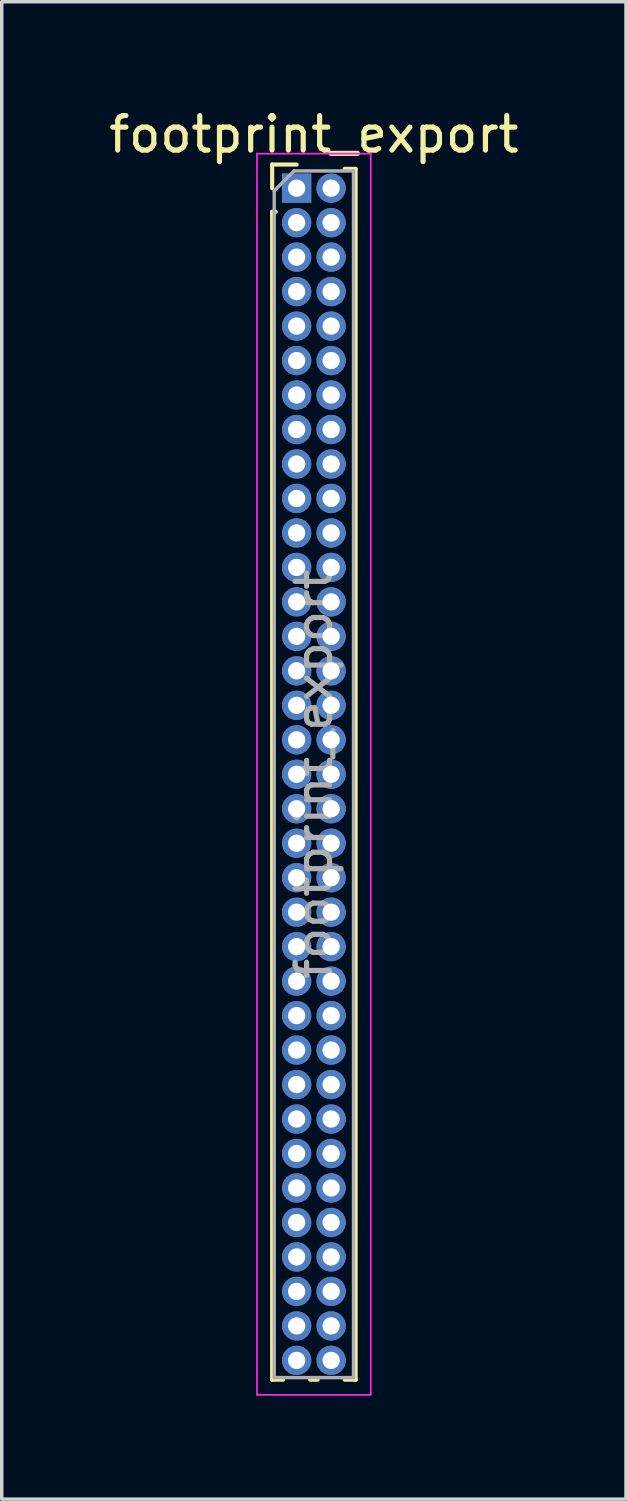
<source format=kicad_pcb>
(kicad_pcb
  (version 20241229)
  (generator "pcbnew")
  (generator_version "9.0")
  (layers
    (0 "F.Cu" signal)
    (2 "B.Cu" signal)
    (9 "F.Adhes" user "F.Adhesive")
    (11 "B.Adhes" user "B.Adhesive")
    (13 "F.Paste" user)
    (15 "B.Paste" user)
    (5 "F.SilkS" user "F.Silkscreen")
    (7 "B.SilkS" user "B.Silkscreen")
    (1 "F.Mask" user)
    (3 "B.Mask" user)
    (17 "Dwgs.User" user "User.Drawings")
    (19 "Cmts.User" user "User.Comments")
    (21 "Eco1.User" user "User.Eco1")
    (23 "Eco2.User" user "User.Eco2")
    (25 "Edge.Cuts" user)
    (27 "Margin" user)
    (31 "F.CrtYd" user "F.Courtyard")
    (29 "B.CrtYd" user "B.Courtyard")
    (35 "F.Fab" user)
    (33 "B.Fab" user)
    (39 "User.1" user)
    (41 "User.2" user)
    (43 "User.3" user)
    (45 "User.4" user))
  (footprint "footprint_export"
    (layer "F.Cu")
    (at 5.554 2.408)
    (property "Reference" "footprint_export" (at 0.5 -1.56 0) (layer "F.SilkS") (effects (font (size 1 1) (thickness 0.15))))
    (attr through_hole)
    (fp_line (start -0.71 -0.685) (end 0 -0.685) (stroke (width 0.12) (type solid)) (layer "F.SilkS"))
    (fp_line (start -0.71 0) (end -0.71 -0.685) (stroke (width 0.12) (type solid)) (layer "F.SilkS"))
    (fp_line (start -0.71 0.685) (end -0.71 34.56) (stroke (width 0.12) (type solid)) (layer "F.SilkS"))
    (fp_line (start -0.71 0.685) (end -0.608 0.685) (stroke (width 0.12) (type solid)) (layer "F.SilkS"))
    (fp_line (start -0.71 34.56) (end -0.394 34.56) (stroke (width 0.12) (type solid)) (layer "F.SilkS"))
    (fp_line (start 0.394 34.56) (end 0.606 34.56) (stroke (width 0.12) (type solid)) (layer "F.SilkS"))
    (fp_line (start 1.394 -0.56) (end 1.71 -0.56) (stroke (width 0.12) (type solid)) (layer "F.SilkS"))
    (fp_line (start 1.394 34.56) (end 1.71 34.56) (stroke (width 0.12) (type solid)) (layer "F.SilkS"))
    (fp_line (start 1.71 -0.56) (end 1.71 34.56) (stroke (width 0.12) (type solid)) (layer "F.SilkS"))
    (fp_line (start -1.15 -1) (end -1.15 35) (stroke (width 0.05) (type solid)) (layer "F.CrtYd"))
    (fp_line (start -1.15 35) (end 2.15 35) (stroke (width 0.05) (type solid)) (layer "F.CrtYd"))
    (fp_line (start 2.15 -1) (end -1.15 -1) (stroke (width 0.05) (type solid)) (layer "F.CrtYd"))
    (fp_line (start 2.15 35) (end 2.15 -1) (stroke (width 0.05) (type solid)) (layer "F.CrtYd"))
    (fp_line (start -0.65 0.075) (end -0.075 -0.5) (stroke (width 0.1) (type solid)) (layer "F.Fab"))
    (fp_line (start -0.65 34.5) (end -0.65 0.075) (stroke (width 0.1) (type solid)) (layer "F.Fab"))
    (fp_line (start -0.075 -0.5) (end 1.65 -0.5) (stroke (width 0.1) (type solid)) (layer "F.Fab"))
    (fp_line (start 1.65 -0.5) (end 1.65 34.5) (stroke (width 0.1) (type solid)) (layer "F.Fab"))
    (fp_line (start 1.65 34.5) (end -0.65 34.5) (stroke (width 0.1) (type solid)) (layer "F.Fab"))
    (fp_text user "${REFERENCE}" (at 0.5 17 90) (layer "F.Fab") (effects (font (size 1 1) (thickness 0.15))))
    (pad "1" thru_hole rect (at 0 0) (size 0.85 0.85) (drill 0.5) (layers "*.Cu" "*.Mask"))
    (pad "2" thru_hole oval (at 1 0) (size 0.85 0.85) (drill 0.5) (layers "*.Cu" "*.Mask"))
    (pad "3" thru_hole oval (at 0 1) (size 0.85 0.85) (drill 0.5) (layers "*.Cu" "*.Mask"))
    (pad "4" thru_hole oval (at 1 1) (size 0.85 0.85) (drill 0.5) (layers "*.Cu" "*.Mask"))
    (pad "5" thru_hole oval (at 0 2) (size 0.85 0.85) (drill 0.5) (layers "*.Cu" "*.Mask"))
    (pad "6" thru_hole oval (at 1 2) (size 0.85 0.85) (drill 0.5) (layers "*.Cu" "*.Mask"))
    (pad "7" thru_hole oval (at 0 3) (size 0.85 0.85) (drill 0.5) (layers "*.Cu" "*.Mask"))
    (pad "8" thru_hole oval (at 1 3) (size 0.85 0.85) (drill 0.5) (layers "*.Cu" "*.Mask"))
    (pad "9" thru_hole oval (at 0 4) (size 0.85 0.85) (drill 0.5) (layers "*.Cu" "*.Mask"))
    (pad "10" thru_hole oval (at 1 4) (size 0.85 0.85) (drill 0.5) (layers "*.Cu" "*.Mask"))
    (pad "11" thru_hole oval (at 0 5) (size 0.85 0.85) (drill 0.5) (layers "*.Cu" "*.Mask"))
    (pad "12" thru_hole oval (at 1 5) (size 0.85 0.85) (drill 0.5) (layers "*.Cu" "*.Mask"))
    (pad "13" thru_hole oval (at 0 6) (size 0.85 0.85) (drill 0.5) (layers "*.Cu" "*.Mask"))
    (pad "14" thru_hole oval (at 1 6) (size 0.85 0.85) (drill 0.5) (layers "*.Cu" "*.Mask"))
    (pad "15" thru_hole oval (at 0 7) (size 0.85 0.85) (drill 0.5) (layers "*.Cu" "*.Mask"))
    (pad "16" thru_hole oval (at 1 7) (size 0.85 0.85) (drill 0.5) (layers "*.Cu" "*.Mask"))
    (pad "17" thru_hole oval (at 0 8) (size 0.85 0.85) (drill 0.5) (layers "*.Cu" "*.Mask"))
    (pad "18" thru_hole oval (at 1 8) (size 0.85 0.85) (drill 0.5) (layers "*.Cu" "*.Mask"))
    (pad "19" thru_hole oval (at 0 9) (size 0.85 0.85) (drill 0.5) (layers "*.Cu" "*.Mask"))
    (pad "20" thru_hole oval (at 1 9) (size 0.85 0.85) (drill 0.5) (layers "*.Cu" "*.Mask"))
    (pad "21" thru_hole oval (at 0 10) (size 0.85 0.85) (drill 0.5) (layers "*.Cu" "*.Mask"))
    (pad "22" thru_hole oval (at 1 10) (size 0.85 0.85) (drill 0.5) (layers "*.Cu" "*.Mask"))
    (pad "23" thru_hole oval (at 0 11) (size 0.85 0.85) (drill 0.5) (layers "*.Cu" "*.Mask"))
    (pad "24" thru_hole oval (at 1 11) (size 0.85 0.85) (drill 0.5) (layers "*.Cu" "*.Mask"))
    (pad "25" thru_hole oval (at 0 12) (size 0.85 0.85) (drill 0.5) (layers "*.Cu" "*.Mask"))
    (pad "26" thru_hole oval (at 1 12) (size 0.85 0.85) (drill 0.5) (layers "*.Cu" "*.Mask"))
    (pad "27" thru_hole oval (at 0 13) (size 0.85 0.85) (drill 0.5) (layers "*.Cu" "*.Mask"))
    (pad "28" thru_hole oval (at 1 13) (size 0.85 0.85) (drill 0.5) (layers "*.Cu" "*.Mask"))
    (pad "29" thru_hole oval (at 0 14) (size 0.85 0.85) (drill 0.5) (layers "*.Cu" "*.Mask"))
    (pad "30" thru_hole oval (at 1 14) (size 0.85 0.85) (drill 0.5) (layers "*.Cu" "*.Mask"))
    (pad "31" thru_hole oval (at 0 15) (size 0.85 0.85) (drill 0.5) (layers "*.Cu" "*.Mask"))
    (pad "32" thru_hole oval (at 1 15) (size 0.85 0.85) (drill 0.5) (layers "*.Cu" "*.Mask"))
    (pad "33" thru_hole oval (at 0 16) (size 0.85 0.85) (drill 0.5) (layers "*.Cu" "*.Mask"))
    (pad "34" thru_hole oval (at 1 16) (size 0.85 0.85) (drill 0.5) (layers "*.Cu" "*.Mask"))
    (pad "35" thru_hole oval (at 0 17) (size 0.85 0.85) (drill 0.5) (layers "*.Cu" "*.Mask"))
    (pad "36" thru_hole oval (at 1 17) (size 0.85 0.85) (drill 0.5) (layers "*.Cu" "*.Mask"))
    (pad "37" thru_hole oval (at 0 18) (size 0.85 0.85) (drill 0.5) (layers "*.Cu" "*.Mask"))
    (pad "38" thru_hole oval (at 1 18) (size 0.85 0.85) (drill 0.5) (layers "*.Cu" "*.Mask"))
    (pad "39" thru_hole oval (at 0 19) (size 0.85 0.85) (drill 0.5) (layers "*.Cu" "*.Mask"))
    (pad "40" thru_hole oval (at 1 19) (size 0.85 0.85) (drill 0.5) (layers "*.Cu" "*.Mask"))
    (pad "41" thru_hole oval (at 0 20) (size 0.85 0.85) (drill 0.5) (layers "*.Cu" "*.Mask"))
    (pad "42" thru_hole oval (at 1 20) (size 0.85 0.85) (drill 0.5) (layers "*.Cu" "*.Mask"))
    (pad "43" thru_hole oval (at 0 21) (size 0.85 0.85) (drill 0.5) (layers "*.Cu" "*.Mask"))
    (pad "44" thru_hole oval (at 1 21) (size 0.85 0.85) (drill 0.5) (layers "*.Cu" "*.Mask"))
    (pad "45" thru_hole oval (at 0 22) (size 0.85 0.85) (drill 0.5) (layers "*.Cu" "*.Mask"))
    (pad "46" thru_hole oval (at 1 22) (size 0.85 0.85) (drill 0.5) (layers "*.Cu" "*.Mask"))
    (pad "47" thru_hole oval (at 0 23) (size 0.85 0.85) (drill 0.5) (layers "*.Cu" "*.Mask"))
    (pad "48" thru_hole oval (at 1 23) (size 0.85 0.85) (drill 0.5) (layers "*.Cu" "*.Mask"))
    (pad "49" thru_hole oval (at 0 24) (size 0.85 0.85) (drill 0.5) (layers "*.Cu" "*.Mask"))
    (pad "50" thru_hole oval (at 1 24) (size 0.85 0.85) (drill 0.5) (layers "*.Cu" "*.Mask"))
    (pad "51" thru_hole oval (at 0 25) (size 0.85 0.85) (drill 0.5) (layers "*.Cu" "*.Mask"))
    (pad "52" thru_hole oval (at 1 25) (size 0.85 0.85) (drill 0.5) (layers "*.Cu" "*.Mask"))
    (pad "53" thru_hole oval (at 0 26) (size 0.85 0.85) (drill 0.5) (layers "*.Cu" "*.Mask"))
    (pad "54" thru_hole oval (at 1 26) (size 0.85 0.85) (drill 0.5) (layers "*.Cu" "*.Mask"))
    (pad "55" thru_hole oval (at 0 27) (size 0.85 0.85) (drill 0.5) (layers "*.Cu" "*.Mask"))
    (pad "56" thru_hole oval (at 1 27) (size 0.85 0.85) (drill 0.5) (layers "*.Cu" "*.Mask"))
    (pad "57" thru_hole oval (at 0 28) (size 0.85 0.85) (drill 0.5) (layers "*.Cu" "*.Mask"))
    (pad "58" thru_hole oval (at 1 28) (size 0.85 0.85) (drill 0.5) (layers "*.Cu" "*.Mask"))
    (pad "59" thru_hole oval (at 0 29) (size 0.85 0.85) (drill 0.5) (layers "*.Cu" "*.Mask"))
    (pad "60" thru_hole oval (at 1 29) (size 0.85 0.85) (drill 0.5) (layers "*.Cu" "*.Mask"))
    (pad "61" thru_hole oval (at 0 30) (size 0.85 0.85) (drill 0.5) (layers "*.Cu" "*.Mask"))
    (pad "62" thru_hole oval (at 1 30) (size 0.85 0.85) (drill 0.5) (layers "*.Cu" "*.Mask"))
    (pad "63" thru_hole oval (at 0 31) (size 0.85 0.85) (drill 0.5) (layers "*.Cu" "*.Mask"))
    (pad "64" thru_hole oval (at 1 31) (size 0.85 0.85) (drill 0.5) (layers "*.Cu" "*.Mask"))
    (pad "65" thru_hole oval (at 0 32) (size 0.85 0.85) (drill 0.5) (layers "*.Cu" "*.Mask"))
    (pad "66" thru_hole oval (at 1 32) (size 0.85 0.85) (drill 0.5) (layers "*.Cu" "*.Mask"))
    (pad "67" thru_hole oval (at 0 33) (size 0.85 0.85) (drill 0.5) (layers "*.Cu" "*.Mask"))
    (pad "68" thru_hole oval (at 1 33) (size 0.85 0.85) (drill 0.5) (layers "*.Cu" "*.Mask"))
    (pad "69" thru_hole oval (at 0 34) (size 0.85 0.85) (drill 0.5) (layers "*.Cu" "*.Mask"))
    (pad "70" thru_hole oval (at 1 34) (size 0.85 0.85) (drill 0.5) (layers "*.Cu" "*.Mask")))
  (gr_rect
    (start -3 -3)
    (end 15.107 40.433)
    (stroke (width 0.1) (type default))
    (fill no)
    (layer "Edge.Cuts")))
</source>
